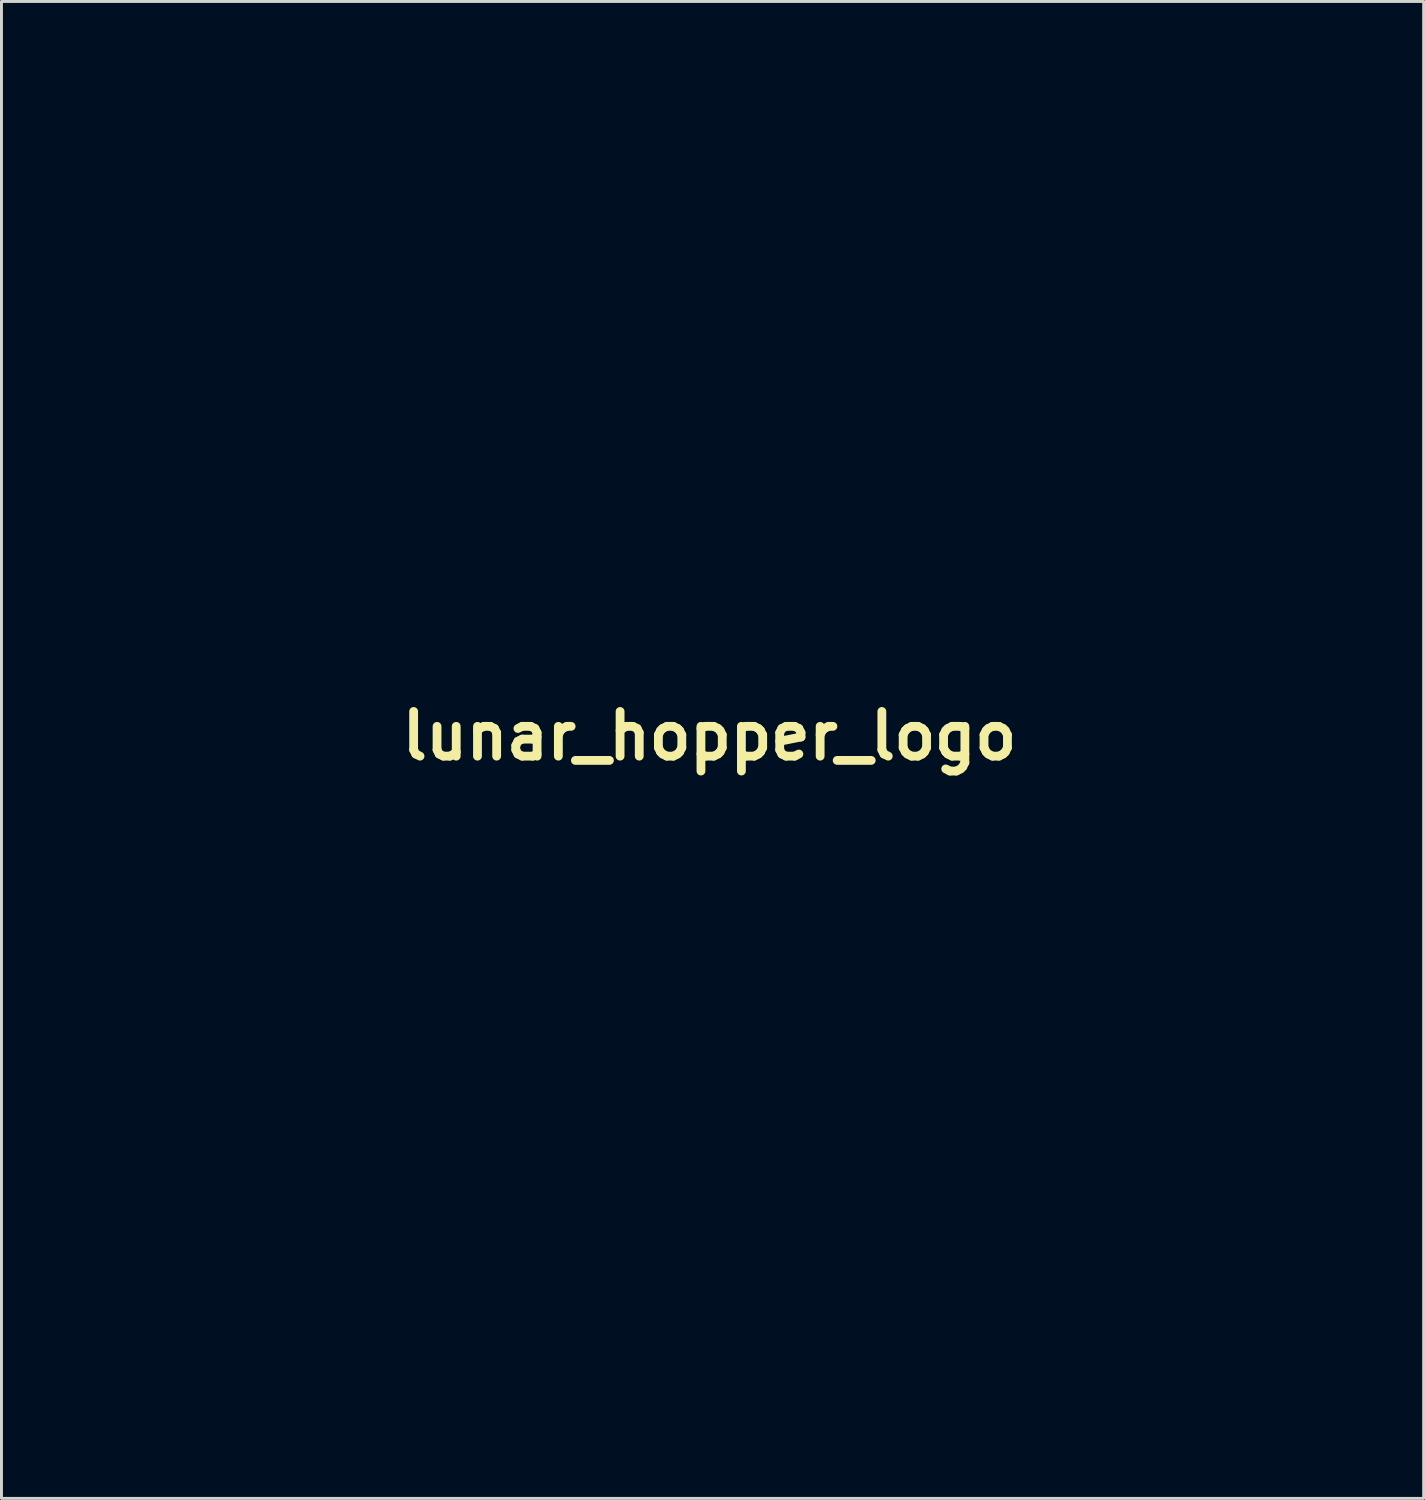
<source format=kicad_pcb>
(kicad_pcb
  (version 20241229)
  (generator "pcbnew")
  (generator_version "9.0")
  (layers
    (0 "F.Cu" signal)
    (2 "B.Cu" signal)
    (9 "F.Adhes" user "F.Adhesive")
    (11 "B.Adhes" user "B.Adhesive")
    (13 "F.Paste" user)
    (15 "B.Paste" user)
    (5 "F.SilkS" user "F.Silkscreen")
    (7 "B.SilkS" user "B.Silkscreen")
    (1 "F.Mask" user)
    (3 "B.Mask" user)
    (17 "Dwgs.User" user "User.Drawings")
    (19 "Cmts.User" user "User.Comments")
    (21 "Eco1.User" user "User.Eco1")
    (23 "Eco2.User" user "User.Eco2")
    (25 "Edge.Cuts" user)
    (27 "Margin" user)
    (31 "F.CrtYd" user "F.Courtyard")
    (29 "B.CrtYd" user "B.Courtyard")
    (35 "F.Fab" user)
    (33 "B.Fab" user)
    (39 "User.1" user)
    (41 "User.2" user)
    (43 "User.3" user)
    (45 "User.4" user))
  (footprint "lunar_hopper_logo"
    (layer "F.Cu")
    (at 21.142 22.044)
    (property "Reference" "lunar_hopper_logo" (at 0 0 0) (layer "F.SilkS") (effects (font (size 1.524 1.524) (thickness 0.3))))
    (attr through_hole)
    (fp_poly (pts (xy 13.2 -22.007) (xy 13.773 -21.813) (xy 14.3 -21.358) (xy 14.488 -21.152) (xy 14.935 -20.606) (xy 15.163 -20.115) (xy 15.229 -19.481) (xy 15.191 -18.574) (xy 14.862 -16.877) (xy 14.103 -15.495) (xy 12.906 -14.412) (xy 12.514 -14.173) (xy 11.361 -13.709) (xy 10.191 -13.549) (xy 9.164 -13.696) (xy 8.558 -14.035) (xy 8.13 -14.357) (xy 7.911 -14.414) (xy 7.768 -14.145) (xy 7.444 -13.476) (xy 6.979 -12.49) (xy 6.413 -11.273) (xy 6.046 -10.477) (xy 5.385 -9.03) (xy 4.922 -7.973) (xy 4.629 -7.213) (xy 4.48 -6.655) (xy 4.446 -6.204) (xy 4.501 -5.766) (xy 4.582 -5.397) (xy 4.817 -4.527) (xy 5.064 -3.804) (xy 5.15 -3.609) (xy 5.375 -3.279) (xy 5.888 -2.578) (xy 6.651 -1.56) (xy 7.625 -0.278) (xy 8.769 1.218) (xy 10.044 2.874) (xy 11.197 4.364) (xy 12.733 6.339) (xy 13.978 7.93) (xy 14.969 9.176) (xy 15.741 10.118) (xy 16.329 10.794) (xy 16.768 11.246) (xy 17.094 11.512) (xy 17.343 11.633) (xy 17.549 11.649) (xy 17.642 11.631) (xy 18.784 11.369) (xy 19.56 11.292) (xy 20.111 11.41) (xy 20.577 11.734) (xy 20.706 11.858) (xy 21.221 12.57) (xy 21.347 13.361) (xy 21.089 14.36) (xy 20.884 14.839) (xy 20.19 15.969) (xy 19.326 16.834) (xy 18.371 17.423) (xy 17.404 17.73) (xy 16.506 17.746) (xy 15.755 17.462) (xy 15.232 16.871) (xy 15.015 15.964) (xy 15.039 15.447) (xy 15.148 14.64) (xy 15.25 14.022) (xy 15.275 13.908) (xy 15.283 13.732) (xy 15.175 13.55) (xy 14.889 13.329) (xy 14.364 13.034) (xy 13.541 12.632) (xy 12.357 12.089) (xy 10.752 11.371) (xy 10.498 11.258) (xy 7.495 9.923) (xy 8.423 11.767) (xy 8.952 12.906) (xy 9.508 14.256) (xy 10.065 15.737) (xy 10.598 17.268) (xy 11.083 18.769) (xy 11.494 20.157) (xy 11.805 21.354) (xy 11.992 22.277) (xy 12.028 22.847) (xy 11.936 22.994) (xy 11.755 22.769) (xy 11.45 22.188) (xy 11.179 21.59) (xy 10.121 19.242) (xy 8.917 16.782) (xy 7.642 14.355) (xy 6.374 12.104) (xy 5.189 10.174) (xy 4.894 9.728) (xy 4.483 9.153) (xy 4.073 8.703) (xy 3.561 8.308) (xy 2.844 7.899) (xy 1.818 7.407) (xy 0.716 6.91) (xy -0.635 6.316) (xy -1.62 5.917) (xy -2.355 5.681) (xy -2.958 5.574) (xy -3.548 5.565) (xy -4.061 5.604) (xy -5.582 5.748) (xy -10.55 10.22) (xy -11.912 11.453) (xy -13.131 12.573) (xy -14.155 13.528) (xy -14.929 14.268) (xy -15.401 14.744) (xy -15.524 14.899) (xy -15.3 15.093) (xy -14.916 15.197) (xy -13.982 15.555) (xy -13.379 16.243) (xy -13.111 17.165) (xy -13.185 18.226) (xy -13.604 19.332) (xy -14.376 20.388) (xy -14.615 20.624) (xy -15.831 21.502) (xy -17.162 22.044) (xy -18.487 22.229) (xy -19.685 22.036) (xy -20.418 21.637) (xy -20.954 20.9) (xy -21.137 19.903) (xy -20.961 18.794) (xy -20.586 17.974) (xy -20.236 17.308) (xy -20.058 16.789) (xy -20.053 16.725) (xy -19.926 16.42) (xy -19.565 15.697) (xy -19.345 15.277) (xy -18.025 15.277) (xy -17.728 15.324) (xy -17.284 15.025) (xy -16.936 14.712) (xy -16.246 14.097) (xy -15.274 13.232) (xy -14.077 12.169) (xy -12.715 10.961) (xy -11.25 9.661) (xy -9.472 8.079) (xy -8.061 6.797) (xy -6.982 5.761) (xy -6.2 4.919) (xy -5.679 4.22) (xy -5.385 3.61) (xy -5.329 3.3) (xy -3.189 3.3) (xy -3.147 3.785) (xy -2.736 4.248) (xy -1.916 4.755) (xy -0.649 5.373) (xy -0.201 5.578) (xy 0.954 6.1) (xy 1.917 6.531) (xy 2.593 6.828) (xy 2.886 6.948) (xy 2.89 6.948) (xy 2.855 6.768) (xy 2.774 6.617) (xy 2.543 6.284) (xy 2.058 5.619) (xy 1.39 4.718) (xy 0.609 3.676) (xy 0.572 3.628) (xy -1.43 0.973) (xy -2.319 2.001) (xy -2.9 2.728) (xy -3.189 3.3) (xy -5.329 3.3) (xy -5.282 3.036) (xy -5.335 2.447) (xy -5.508 1.79) (xy -5.659 1.329) (xy -5.781 1.066) (xy -5.025 1.066) (xy -4.941 1.64) (xy -4.934 1.671) (xy -4.619 2.502) (xy -4.157 2.91) (xy -4 2.937) (xy -3.765 2.751) (xy -3.306 2.266) (xy -2.876 1.768) (xy -2.334 1.095) (xy -2.103 0.688) (xy -2.139 0.414) (xy -2.361 0.175) (xy -2.744 -0.095) (xy -3.009 0.063) (xy -3.153 0.278) (xy -3.725 0.713) (xy -4.301 0.802) (xy -4.851 0.841) (xy -5.025 1.066) (xy -5.781 1.066) (xy -6.327 -0.113) (xy -7.104 -1.031) (xy 0.19 -1.031) (xy 0.243 -0.708) (xy 0.519 -0.228) (xy 1.067 0.497) (xy 1.685 1.255) (xy 2.663 2.492) (xy 3.727 3.923) (xy 4.685 5.288) (xy 4.902 5.615) (xy 5.571 6.628) (xy 6.161 7.512) (xy 6.59 8.145) (xy 6.739 8.358) (xy 7.091 8.619) (xy 7.846 9.045) (xy 8.913 9.588) (xy 10.202 10.203) (xy 11.213 10.661) (xy 12.845 11.372) (xy 14.054 11.862) (xy 14.891 12.15) (xy 15.412 12.254) (xy 15.666 12.196) (xy 15.854 11.855) (xy 15.652 11.497) (xy 15.409 11.193) (xy 14.881 10.521) (xy 14.11 9.533) (xy 13.138 8.284) (xy 12.006 6.827) (xy 10.756 5.217) (xy 10.028 4.278) (xy 8.4 2.179) (xy 7.063 0.465) (xy 5.987 -0.902) (xy 5.136 -1.961) (xy 4.479 -2.75) (xy 3.983 -3.309) (xy 3.613 -3.675) (xy 3.338 -3.889) (xy 3.123 -3.988) (xy 2.948 -4.011) (xy 2.599 -3.863) (xy 2.076 -3.394) (xy 1.338 -2.562) (xy 0.345 -1.327) (xy 0.313 -1.285) (xy 0.19 -1.031) (xy -7.104 -1.031) (xy -7.24 -1.19) (xy -7.869 -1.724) (xy -8.347 -2.068) (xy -8.506 -2.139) (xy -8.696 -1.913) (xy -9.099 -1.277) (xy -9.682 -0.296) (xy -10.41 0.967) (xy -11.248 2.449) (xy -12.16 4.086) (xy -13.113 5.814) (xy -14.071 7.57) (xy -15 9.289) (xy -15.864 10.908) (xy -16.63 12.363) (xy -17.261 13.592) (xy -17.724 14.529) (xy -17.984 15.112) (xy -18.025 15.277) (xy -19.345 15.277) (xy -18.995 14.609) (xy -18.244 13.204) (xy -17.338 11.532) (xy -16.305 9.643) (xy -15.17 7.588) (xy -14.455 6.302) (xy -9.042 -3.418) (xy -0.644 -3.418) (xy -0.501 -2.878) (xy -0.327 -2.225) (xy -0.352 -1.844) (xy -0.431 -1.43) (xy -0.415 -1.337) (xy -0.23 -1.531) (xy 0.195 -2.043) (xy 0.773 -2.769) (xy 0.856 -2.874) (xy 1.428 -3.668) (xy 1.817 -4.329) (xy 1.947 -4.725) (xy 1.942 -4.746) (xy 1.622 -4.967) (xy 0.978 -5.077) (xy 0.838 -5.08) (xy 0.146 -5.016) (xy -0.236 -4.731) (xy -0.466 -4.242) (xy -0.644 -3.418) (xy -9.042 -3.418) (xy -8.858 -3.749) (xy -9.576 -5.482) (xy -9.965 -6.34) (xy -10.262 -6.875) (xy -4.77 -6.875) (xy -4.704 -6.726) (xy -4.435 -6.438) (xy -4.28 -6.497) (xy -4.278 -6.535) (xy -4.468 -6.761) (xy -4.587 -6.843) (xy -4.77 -6.875) (xy -10.262 -6.875) (xy -10.309 -6.96) (xy -10.538 -7.216) (xy -10.547 -7.217) (xy -10.902 -7.36) (xy -11.079 -7.464) (xy -4.114 -7.464) (xy -4.11 -7.431) (xy -3.771 -7.305) (xy -3.484 -7.35) (xy -2.915 -7.281) (xy -2.222 -6.847) (xy -1.358 -6.356) (xy -0.245 -6.041) (xy 0.938 -5.92) (xy 2.013 -6.009) (xy 2.803 -6.327) (xy 2.841 -6.356) (xy 3.219 -6.831) (xy 3.734 -7.709) (xy 4.341 -8.889) (xy 4.996 -10.271) (xy 5.654 -11.754) (xy 6.272 -13.238) (xy 6.806 -14.622) (xy 7.21 -15.806) (xy 7.442 -16.689) (xy 7.471 -16.882) (xy 7.634 -18.391) (xy 5.221 -16.23) (xy 2.873 -14.123) (xy 0.907 -12.346) (xy -0.7 -10.879) (xy -1.97 -9.7) (xy -2.924 -8.791) (xy -3.585 -8.128) (xy -3.974 -7.693) (xy -4.114 -7.464) (xy -11.079 -7.464) (xy -11.509 -7.718) (xy -11.817 -7.924) (xy -12.546 -8.557) (xy -12.826 -9.166) (xy -12.834 -9.3) (xy -13.026 -9.945) (xy -13.52 -10.761) (xy -14.195 -11.594) (xy -14.929 -12.287) (xy -15.45 -12.625) (xy -15.455 -12.629) (xy -14.167 -12.629) (xy -13.903 -12.084) (xy -13.463 -11.499) (xy -12.964 -10.986) (xy -12.657 -10.893) (xy -12.538 -11.008) (xy -12.562 -11.46) (xy -13.029 -12.096) (xy -13.693 -12.686) (xy -14.084 -12.847) (xy -14.167 -12.629) (xy -15.455 -12.629) (xy -16.056 -13.149) (xy -16.083 -13.235) (xy -13.235 -13.235) (xy -12.587 -12.499) (xy -12.064 -11.941) (xy -11.81 -11.767) (xy -11.764 -11.851) (xy -11.944 -12.066) (xy -12.386 -12.486) (xy -12.499 -12.587) (xy -13.235 -13.235) (xy -16.083 -13.235) (xy -16.274 -13.847) (xy -16.231 -14.081) (xy -14.884 -14.081) (xy -14.847 -13.922) (xy -14.705 -13.903) (xy -14.485 -14.001) (xy -14.527 -14.081) (xy -14.844 -14.113) (xy -14.884 -14.081) (xy -16.231 -14.081) (xy -16.142 -14.569) (xy -15.698 -15.166) (xy -14.98 -15.487) (xy -14.717 -15.507) (xy -13.906 -15.319) (xy -13.442 -14.805) (xy -13.368 -14.407) (xy -13.16 -13.971) (xy -12.641 -13.41) (xy -11.97 -12.857) (xy -11.304 -12.443) (xy -10.839 -12.299) (xy -10.239 -12.422) (xy -9.866 -12.581) (xy -9.477 -12.704) (xy -9.226 -12.469) (xy -9.055 -12.046) (xy -8.708 -11.441) (xy -8.31 -11.229) (xy -7.942 -10.991) (xy -7.497 -10.35) (xy -7.037 -9.421) (xy -6.627 -8.319) (xy -6.557 -8.088) (xy -6.323 -7.621) (xy -6.119 -7.486) (xy -5.872 -7.659) (xy -5.286 -8.143) (xy -4.416 -8.889) (xy -3.318 -9.847) (xy -2.047 -10.969) (xy -0.657 -12.203) (xy 0.795 -13.502) (xy 2.255 -14.814) (xy 3.667 -16.091) (xy 4.975 -17.283) (xy 6.126 -18.341) (xy 7.062 -19.214) (xy 7.73 -19.853) (xy 8.074 -20.209) (xy 8.101 -20.246) (xy 8.445 -20.555) (xy 8.575 -20.587) (xy 8.935 -20.725) (xy 9.556 -21.074) (xy 9.917 -21.303) (xy 11.014 -21.85) (xy 12.231 -22.036) (xy 12.339 -22.039) (xy 13.2 -22.007)) (stroke (width 0.01) (type solid)) (fill no) (layer "Eco2.User")))
  (gr_rect
    (start -3 -3)
    (end 45.494 48.042)
    (stroke (width 0.1) (type default))
    (fill no)
    (layer "Edge.Cuts")))
</source>
